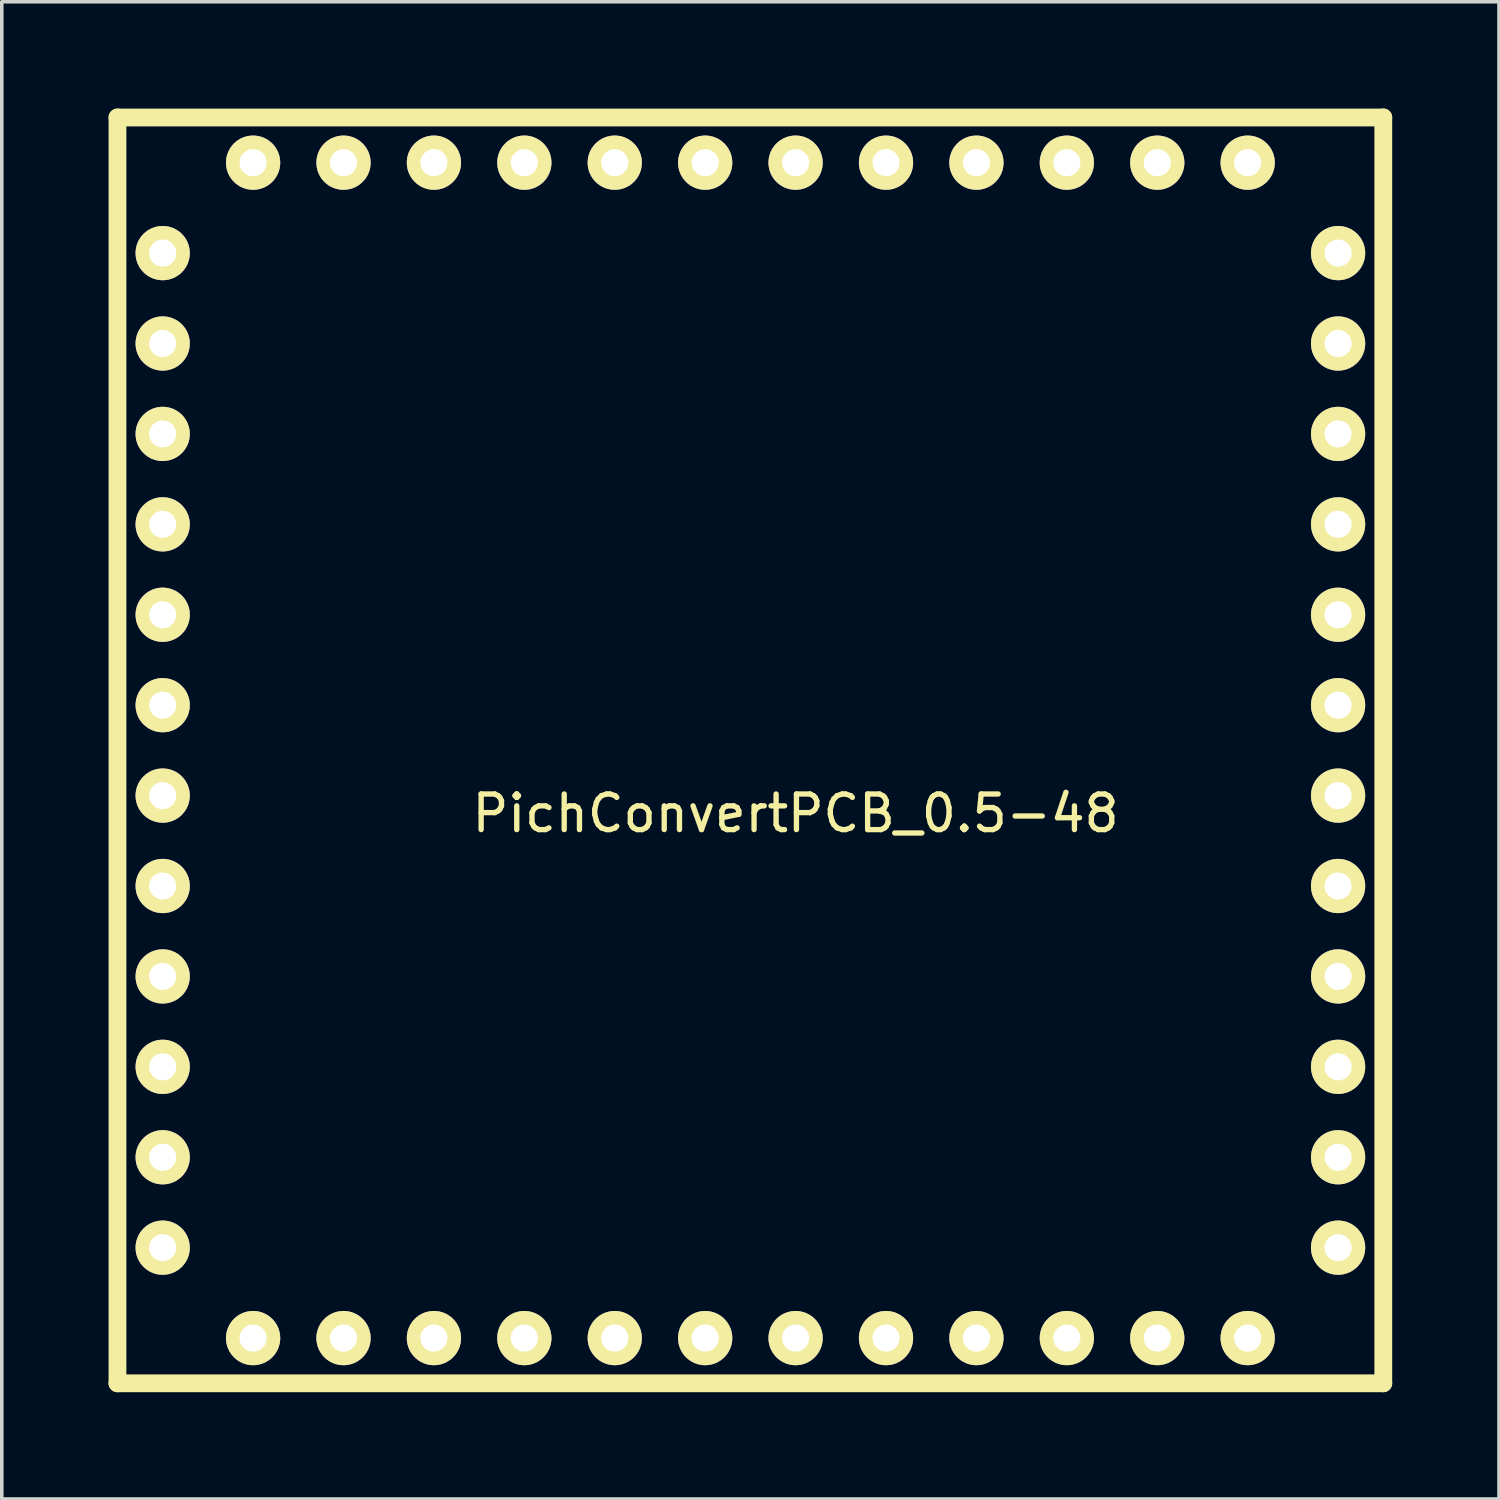
<source format=kicad_pcb>
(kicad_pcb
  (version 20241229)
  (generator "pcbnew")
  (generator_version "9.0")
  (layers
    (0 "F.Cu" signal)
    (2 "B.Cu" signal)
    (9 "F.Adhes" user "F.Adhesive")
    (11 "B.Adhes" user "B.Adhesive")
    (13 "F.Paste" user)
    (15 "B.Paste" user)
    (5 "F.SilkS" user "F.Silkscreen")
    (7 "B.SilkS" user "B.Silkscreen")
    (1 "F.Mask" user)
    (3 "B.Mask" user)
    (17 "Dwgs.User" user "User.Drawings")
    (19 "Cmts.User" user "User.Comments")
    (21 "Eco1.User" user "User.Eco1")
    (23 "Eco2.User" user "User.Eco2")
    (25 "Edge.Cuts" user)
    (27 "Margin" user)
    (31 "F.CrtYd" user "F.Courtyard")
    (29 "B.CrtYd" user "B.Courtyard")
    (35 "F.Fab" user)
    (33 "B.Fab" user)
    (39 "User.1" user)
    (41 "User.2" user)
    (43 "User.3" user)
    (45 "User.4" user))
  (footprint "PichConvertPCB_0.5-48"
    (layer "F.Cu")
    (at 19.3 19.3)
    (property "Reference" "PichConvertPCB_0.5-48" (at 0 0.5 0) (layer "F.SilkS") (effects (font (size 1 1) (thickness 0.15))))
    (attr through_hole)
    (fp_line (start -19.05 -19.05) (end 16.51 -19.05) (stroke (width 0.5) (type solid)) (layer "F.SilkS"))
    (fp_line (start -19.05 16.51) (end -19.05 -19.05) (stroke (width 0.5) (type solid)) (layer "F.SilkS"))
    (fp_line (start 16.51 -19.05) (end 16.51 16.51) (stroke (width 0.5) (type solid)) (layer "F.SilkS"))
    (fp_line (start 16.51 16.51) (end -19.05 16.51) (stroke (width 0.5) (type solid)) (layer "F.SilkS"))
    (pad "1" thru_hole circle (at -17.78 -15.24) (size 1.524 1.524) (drill 0.762) (layers "*.Cu" "*.Mask" "F.SilkS"))
    (pad "2" thru_hole circle (at -17.78 -12.7) (size 1.524 1.524) (drill 0.762) (layers "*.Cu" "*.Mask" "F.SilkS"))
    (pad "3" thru_hole circle (at -17.78 -10.16) (size 1.524 1.524) (drill 0.762) (layers "*.Cu" "*.Mask" "F.SilkS"))
    (pad "4" thru_hole circle (at -17.78 -7.62) (size 1.524 1.524) (drill 0.762) (layers "*.Cu" "*.Mask" "F.SilkS"))
    (pad "5" thru_hole circle (at -17.78 -5.08) (size 1.524 1.524) (drill 0.762) (layers "*.Cu" "*.Mask" "F.SilkS"))
    (pad "6" thru_hole circle (at -17.78 -2.54) (size 1.524 1.524) (drill 0.762) (layers "*.Cu" "*.Mask" "F.SilkS"))
    (pad "7" thru_hole circle (at -17.78 0) (size 1.524 1.524) (drill 0.762) (layers "*.Cu" "*.Mask" "F.SilkS"))
    (pad "8" thru_hole circle (at -17.78 2.54) (size 1.524 1.524) (drill 0.762) (layers "*.Cu" "*.Mask" "F.SilkS"))
    (pad "9" thru_hole circle (at -17.78 5.08) (size 1.524 1.524) (drill 0.762) (layers "*.Cu" "*.Mask" "F.SilkS"))
    (pad "10" thru_hole circle (at -17.78 7.62) (size 1.524 1.524) (drill 0.762) (layers "*.Cu" "*.Mask" "F.SilkS"))
    (pad "11" thru_hole circle (at -17.78 10.16) (size 1.524 1.524) (drill 0.762) (layers "*.Cu" "*.Mask" "F.SilkS"))
    (pad "12" thru_hole circle (at -17.78 12.7) (size 1.524 1.524) (drill 0.762) (layers "*.Cu" "*.Mask" "F.SilkS"))
    (pad "13" thru_hole circle (at -15.24 15.24) (size 1.524 1.524) (drill 0.762) (layers "*.Cu" "*.Mask" "F.SilkS"))
    (pad "14" thru_hole circle (at -12.7 15.24) (size 1.524 1.524) (drill 0.762) (layers "*.Cu" "*.Mask" "F.SilkS"))
    (pad "15" thru_hole circle (at -10.16 15.24) (size 1.524 1.524) (drill 0.762) (layers "*.Cu" "*.Mask" "F.SilkS"))
    (pad "16" thru_hole circle (at -7.62 15.24) (size 1.524 1.524) (drill 0.762) (layers "*.Cu" "*.Mask" "F.SilkS"))
    (pad "17" thru_hole circle (at -5.08 15.24) (size 1.524 1.524) (drill 0.762) (layers "*.Cu" "*.Mask" "F.SilkS"))
    (pad "18" thru_hole circle (at -2.54 15.24) (size 1.524 1.524) (drill 0.762) (layers "*.Cu" "*.Mask" "F.SilkS"))
    (pad "19" thru_hole circle (at 0 15.24) (size 1.524 1.524) (drill 0.762) (layers "*.Cu" "*.Mask" "F.SilkS"))
    (pad "20" thru_hole circle (at 2.54 15.24) (size 1.524 1.524) (drill 0.762) (layers "*.Cu" "*.Mask" "F.SilkS"))
    (pad "21" thru_hole circle (at 5.08 15.24) (size 1.524 1.524) (drill 0.762) (layers "*.Cu" "*.Mask" "F.SilkS"))
    (pad "22" thru_hole circle (at 7.62 15.24) (size 1.524 1.524) (drill 0.762) (layers "*.Cu" "*.Mask" "F.SilkS"))
    (pad "23" thru_hole circle (at 10.16 15.24) (size 1.524 1.524) (drill 0.762) (layers "*.Cu" "*.Mask" "F.SilkS"))
    (pad "24" thru_hole circle (at 12.7 15.24) (size 1.524 1.524) (drill 0.762) (layers "*.Cu" "*.Mask" "F.SilkS"))
    (pad "25" thru_hole circle (at 15.24 12.7) (size 1.524 1.524) (drill 0.762) (layers "*.Cu" "*.Mask" "F.SilkS"))
    (pad "26" thru_hole circle (at 15.24 10.16) (size 1.524 1.524) (drill 0.762) (layers "*.Cu" "*.Mask" "F.SilkS"))
    (pad "27" thru_hole circle (at 15.24 7.62) (size 1.524 1.524) (drill 0.762) (layers "*.Cu" "*.Mask" "F.SilkS"))
    (pad "28" thru_hole circle (at 15.24 5.08) (size 1.524 1.524) (drill 0.762) (layers "*.Cu" "*.Mask" "F.SilkS"))
    (pad "29" thru_hole circle (at 15.24 2.54) (size 1.524 1.524) (drill 0.762) (layers "*.Cu" "*.Mask" "F.SilkS"))
    (pad "30" thru_hole circle (at 15.24 0) (size 1.524 1.524) (drill 0.762) (layers "*.Cu" "*.Mask" "F.SilkS"))
    (pad "31" thru_hole circle (at 15.24 -2.54) (size 1.524 1.524) (drill 0.762) (layers "*.Cu" "*.Mask" "F.SilkS"))
    (pad "32" thru_hole circle (at 15.24 -5.08) (size 1.524 1.524) (drill 0.762) (layers "*.Cu" "*.Mask" "F.SilkS"))
    (pad "33" thru_hole circle (at 15.24 -7.62) (size 1.524 1.524) (drill 0.762) (layers "*.Cu" "*.Mask" "F.SilkS"))
    (pad "34" thru_hole circle (at 15.24 -10.16) (size 1.524 1.524) (drill 0.762) (layers "*.Cu" "*.Mask" "F.SilkS"))
    (pad "35" thru_hole circle (at 15.24 -12.7) (size 1.524 1.524) (drill 0.762) (layers "*.Cu" "*.Mask" "F.SilkS"))
    (pad "36" thru_hole circle (at 15.24 -15.24) (size 1.524 1.524) (drill 0.762) (layers "*.Cu" "*.Mask" "F.SilkS"))
    (pad "37" thru_hole circle (at 12.7 -17.78) (size 1.524 1.524) (drill 0.762) (layers "*.Cu" "*.Mask" "F.SilkS"))
    (pad "38" thru_hole circle (at 10.16 -17.78) (size 1.524 1.524) (drill 0.762) (layers "*.Cu" "*.Mask" "F.SilkS"))
    (pad "39" thru_hole circle (at 7.62 -17.78) (size 1.524 1.524) (drill 0.762) (layers "*.Cu" "*.Mask" "F.SilkS"))
    (pad "40" thru_hole circle (at 5.08 -17.78) (size 1.524 1.524) (drill 0.762) (layers "*.Cu" "*.Mask" "F.SilkS"))
    (pad "41" thru_hole circle (at 2.54 -17.78) (size 1.524 1.524) (drill 0.762) (layers "*.Cu" "*.Mask" "F.SilkS"))
    (pad "42" thru_hole circle (at 0 -17.78) (size 1.524 1.524) (drill 0.762) (layers "*.Cu" "*.Mask" "F.SilkS"))
    (pad "43" thru_hole circle (at -2.54 -17.78) (size 1.524 1.524) (drill 0.762) (layers "*.Cu" "*.Mask" "F.SilkS"))
    (pad "44" thru_hole circle (at -5.08 -17.78) (size 1.524 1.524) (drill 0.762) (layers "*.Cu" "*.Mask" "F.SilkS"))
    (pad "45" thru_hole circle (at -7.62 -17.78) (size 1.524 1.524) (drill 0.762) (layers "*.Cu" "*.Mask" "F.SilkS"))
    (pad "46" thru_hole circle (at -10.16 -17.78) (size 1.524 1.524) (drill 0.762) (layers "*.Cu" "*.Mask" "F.SilkS"))
    (pad "47" thru_hole circle (at -12.7 -17.78) (size 1.524 1.524) (drill 0.762) (layers "*.Cu" "*.Mask" "F.SilkS"))
    (pad "48" thru_hole circle (at -15.24 -17.78) (size 1.524 1.524) (drill 0.762) (layers "*.Cu" "*.Mask" "F.SilkS")))
  (gr_rect
    (start -3 -3)
    (end 39.06 39.06)
    (stroke (width 0.1) (type default))
    (fill no)
    (layer "Edge.Cuts")))
</source>
